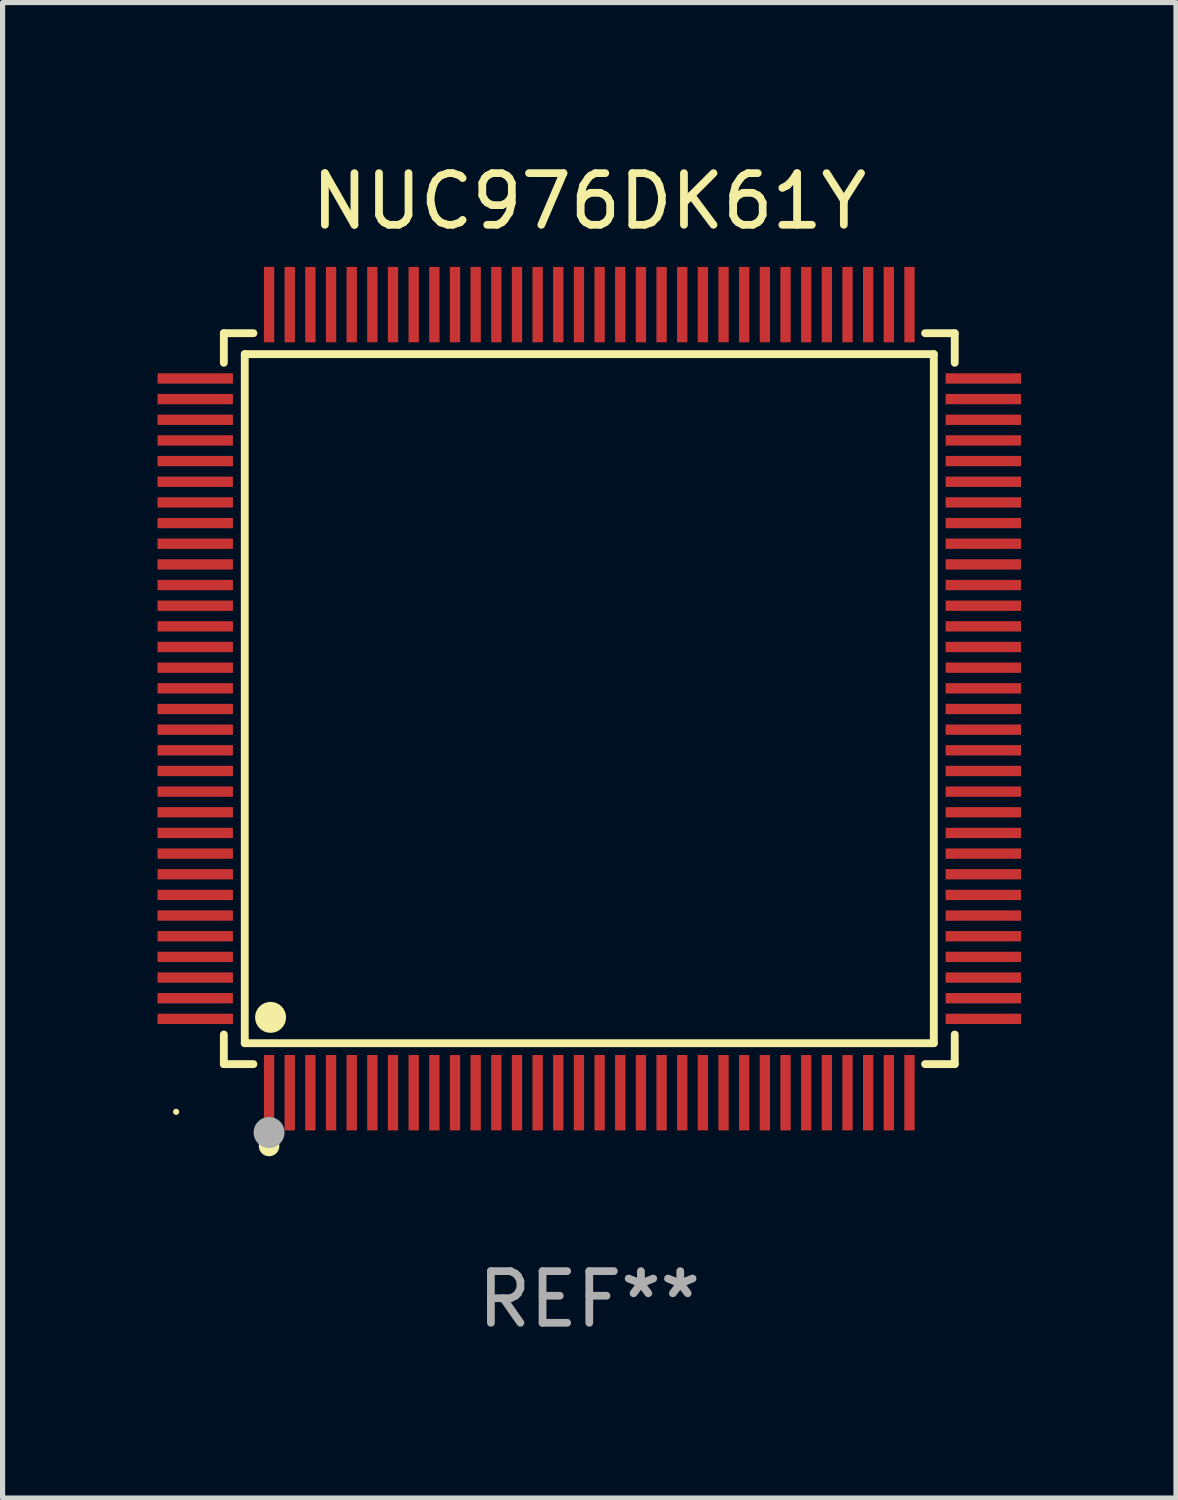
<source format=kicad_pcb>
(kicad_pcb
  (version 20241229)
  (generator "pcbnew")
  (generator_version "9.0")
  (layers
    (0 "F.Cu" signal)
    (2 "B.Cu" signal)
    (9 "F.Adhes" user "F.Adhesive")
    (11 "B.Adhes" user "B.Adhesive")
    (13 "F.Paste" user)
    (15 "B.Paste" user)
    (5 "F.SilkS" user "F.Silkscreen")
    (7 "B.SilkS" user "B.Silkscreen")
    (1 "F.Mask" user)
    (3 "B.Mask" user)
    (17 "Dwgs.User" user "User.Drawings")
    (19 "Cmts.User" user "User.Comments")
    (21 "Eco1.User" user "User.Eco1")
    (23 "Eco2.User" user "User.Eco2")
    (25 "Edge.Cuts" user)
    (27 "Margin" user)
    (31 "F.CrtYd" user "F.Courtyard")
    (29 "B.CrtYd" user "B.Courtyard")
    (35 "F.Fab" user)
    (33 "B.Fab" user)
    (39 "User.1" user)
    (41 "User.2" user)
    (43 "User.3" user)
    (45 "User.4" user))
  (footprint "NUC976DK61Y"
    (layer "F.Cu")
    (at 8.36 10.478)
    (property "Reference" "NUC976DK61Y" (at 0 -9.63 0) (layer "F.SilkS") (effects (font (size 1 1) (thickness 0.15))))
    (attr through_hole)
    (fp_line (start -7.076 -7.076) (end -6.503 -7.076) (stroke (width 0.152) (type solid)) (layer "F.SilkS"))
    (fp_line (start -7.076 -6.503) (end -7.076 -7.076) (stroke (width 0.152) (type solid)) (layer "F.SilkS"))
    (fp_line (start -7.076 6.503) (end -7.076 7.076) (stroke (width 0.152) (type solid)) (layer "F.SilkS"))
    (fp_line (start -7.076 7.076) (end -6.503 7.076) (stroke (width 0.152) (type solid)) (layer "F.SilkS"))
    (fp_line (start -6.671 -6.671) (end 6.671 -6.671) (stroke (width 0.152) (type solid)) (layer "F.SilkS"))
    (fp_line (start -6.671 6.671) (end -6.671 -6.671) (stroke (width 0.152) (type solid)) (layer "F.SilkS"))
    (fp_line (start 6.671 -6.671) (end 6.671 6.671) (stroke (width 0.152) (type solid)) (layer "F.SilkS"))
    (fp_line (start 6.671 6.671) (end -6.671 6.671) (stroke (width 0.152) (type solid)) (layer "F.SilkS"))
    (fp_line (start 7.076 -7.076) (end 6.503 -7.076) (stroke (width 0.152) (type solid)) (layer "F.SilkS"))
    (fp_line (start 7.076 -6.503) (end 7.076 -7.076) (stroke (width 0.152) (type solid)) (layer "F.SilkS"))
    (fp_line (start 7.076 6.503) (end 7.076 7.076) (stroke (width 0.152) (type solid)) (layer "F.SilkS"))
    (fp_line (start 7.076 7.076) (end 6.503 7.076) (stroke (width 0.152) (type solid)) (layer "F.SilkS"))
    (fp_circle (center -8 8) (end -7.97 8) (stroke (width 0.06) (type solid)) (fill no) (layer "F.SilkS"))
    (fp_circle (center -6.2 8.66) (end -6.1 8.66) (stroke (width 0.2) (type solid)) (fill no) (layer "F.SilkS"))
    (fp_circle (center -6.171 6.171) (end -6.021 6.171) (stroke (width 0.3) (type solid)) (fill no) (layer "F.SilkS"))
    (fp_circle (center -6.2 8.4) (end -6.05 8.4) (stroke (width 0.3) (type solid)) (fill no) (layer "F.Fab"))
    (fp_text user "REF**" (at 0 11.63 0) (layer "F.Fab") (effects (font (size 1 1) (thickness 0.15))))
    (pad "1" smd rect (at -6.2 7.63) (size 0.2 1.46) (layers "F.Cu" "F.Mask" "F.Paste"))
    (pad "2" smd rect (at -5.8 7.63) (size 0.2 1.46) (layers "F.Cu" "F.Mask" "F.Paste"))
    (pad "3" smd rect (at -5.4 7.63) (size 0.2 1.46) (layers "F.Cu" "F.Mask" "F.Paste"))
    (pad "4" smd rect (at -5 7.63) (size 0.2 1.46) (layers "F.Cu" "F.Mask" "F.Paste"))
    (pad "5" smd rect (at -4.6 7.63) (size 0.2 1.46) (layers "F.Cu" "F.Mask" "F.Paste"))
    (pad "6" smd rect (at -4.2 7.63) (size 0.2 1.46) (layers "F.Cu" "F.Mask" "F.Paste"))
    (pad "7" smd rect (at -3.8 7.63) (size 0.2 1.46) (layers "F.Cu" "F.Mask" "F.Paste"))
    (pad "8" smd rect (at -3.4 7.63) (size 0.2 1.46) (layers "F.Cu" "F.Mask" "F.Paste"))
    (pad "9" smd rect (at -3 7.63) (size 0.2 1.46) (layers "F.Cu" "F.Mask" "F.Paste"))
    (pad "10" smd rect (at -2.6 7.63) (size 0.2 1.46) (layers "F.Cu" "F.Mask" "F.Paste"))
    (pad "11" smd rect (at -2.2 7.63) (size 0.2 1.46) (layers "F.Cu" "F.Mask" "F.Paste"))
    (pad "12" smd rect (at -1.8 7.63) (size 0.2 1.46) (layers "F.Cu" "F.Mask" "F.Paste"))
    (pad "13" smd rect (at -1.4 7.63) (size 0.2 1.46) (layers "F.Cu" "F.Mask" "F.Paste"))
    (pad "14" smd rect (at -1 7.63) (size 0.2 1.46) (layers "F.Cu" "F.Mask" "F.Paste"))
    (pad "15" smd rect (at -0.6 7.63) (size 0.2 1.46) (layers "F.Cu" "F.Mask" "F.Paste"))
    (pad "16" smd rect (at -0.2 7.63) (size 0.2 1.46) (layers "F.Cu" "F.Mask" "F.Paste"))
    (pad "17" smd rect (at 0.2 7.63) (size 0.2 1.46) (layers "F.Cu" "F.Mask" "F.Paste"))
    (pad "18" smd rect (at 0.6 7.63) (size 0.2 1.46) (layers "F.Cu" "F.Mask" "F.Paste"))
    (pad "19" smd rect (at 1 7.63) (size 0.2 1.46) (layers "F.Cu" "F.Mask" "F.Paste"))
    (pad "20" smd rect (at 1.4 7.63) (size 0.2 1.46) (layers "F.Cu" "F.Mask" "F.Paste"))
    (pad "21" smd rect (at 1.8 7.63) (size 0.2 1.46) (layers "F.Cu" "F.Mask" "F.Paste"))
    (pad "22" smd rect (at 2.2 7.63) (size 0.2 1.46) (layers "F.Cu" "F.Mask" "F.Paste"))
    (pad "23" smd rect (at 2.6 7.63) (size 0.2 1.46) (layers "F.Cu" "F.Mask" "F.Paste"))
    (pad "24" smd rect (at 3 7.63) (size 0.2 1.46) (layers "F.Cu" "F.Mask" "F.Paste"))
    (pad "25" smd rect (at 3.4 7.63) (size 0.2 1.46) (layers "F.Cu" "F.Mask" "F.Paste"))
    (pad "26" smd rect (at 3.8 7.63) (size 0.2 1.46) (layers "F.Cu" "F.Mask" "F.Paste"))
    (pad "27" smd rect (at 4.2 7.63) (size 0.2 1.46) (layers "F.Cu" "F.Mask" "F.Paste"))
    (pad "28" smd rect (at 4.6 7.63) (size 0.2 1.46) (layers "F.Cu" "F.Mask" "F.Paste"))
    (pad "29" smd rect (at 5 7.63) (size 0.2 1.46) (layers "F.Cu" "F.Mask" "F.Paste"))
    (pad "30" smd rect (at 5.4 7.63) (size 0.2 1.46) (layers "F.Cu" "F.Mask" "F.Paste"))
    (pad "31" smd rect (at 5.8 7.63) (size 0.2 1.46) (layers "F.Cu" "F.Mask" "F.Paste"))
    (pad "32" smd rect (at 6.2 7.63) (size 0.2 1.46) (layers "F.Cu" "F.Mask" "F.Paste"))
    (pad "33" smd rect (at 7.63 6.2) (size 1.46 0.2) (layers "F.Cu" "F.Mask" "F.Paste"))
    (pad "34" smd rect (at 7.63 5.8) (size 1.46 0.2) (layers "F.Cu" "F.Mask" "F.Paste"))
    (pad "35" smd rect (at 7.63 5.4) (size 1.46 0.2) (layers "F.Cu" "F.Mask" "F.Paste"))
    (pad "36" smd rect (at 7.63 5) (size 1.46 0.2) (layers "F.Cu" "F.Mask" "F.Paste"))
    (pad "37" smd rect (at 7.63 4.6) (size 1.46 0.2) (layers "F.Cu" "F.Mask" "F.Paste"))
    (pad "38" smd rect (at 7.63 4.2) (size 1.46 0.2) (layers "F.Cu" "F.Mask" "F.Paste"))
    (pad "39" smd rect (at 7.63 3.8) (size 1.46 0.2) (layers "F.Cu" "F.Mask" "F.Paste"))
    (pad "40" smd rect (at 7.63 3.4) (size 1.46 0.2) (layers "F.Cu" "F.Mask" "F.Paste"))
    (pad "41" smd rect (at 7.63 3) (size 1.46 0.2) (layers "F.Cu" "F.Mask" "F.Paste"))
    (pad "42" smd rect (at 7.63 2.6) (size 1.46 0.2) (layers "F.Cu" "F.Mask" "F.Paste"))
    (pad "43" smd rect (at 7.63 2.2) (size 1.46 0.2) (layers "F.Cu" "F.Mask" "F.Paste"))
    (pad "44" smd rect (at 7.63 1.8) (size 1.46 0.2) (layers "F.Cu" "F.Mask" "F.Paste"))
    (pad "45" smd rect (at 7.63 1.4) (size 1.46 0.2) (layers "F.Cu" "F.Mask" "F.Paste"))
    (pad "46" smd rect (at 7.63 1) (size 1.46 0.2) (layers "F.Cu" "F.Mask" "F.Paste"))
    (pad "47" smd rect (at 7.63 0.6) (size 1.46 0.2) (layers "F.Cu" "F.Mask" "F.Paste"))
    (pad "48" smd rect (at 7.63 0.2) (size 1.46 0.2) (layers "F.Cu" "F.Mask" "F.Paste"))
    (pad "49" smd rect (at 7.63 -0.2) (size 1.46 0.2) (layers "F.Cu" "F.Mask" "F.Paste"))
    (pad "50" smd rect (at 7.63 -0.6) (size 1.46 0.2) (layers "F.Cu" "F.Mask" "F.Paste"))
    (pad "51" smd rect (at 7.63 -1) (size 1.46 0.2) (layers "F.Cu" "F.Mask" "F.Paste"))
    (pad "52" smd rect (at 7.63 -1.4) (size 1.46 0.2) (layers "F.Cu" "F.Mask" "F.Paste"))
    (pad "53" smd rect (at 7.63 -1.8) (size 1.46 0.2) (layers "F.Cu" "F.Mask" "F.Paste"))
    (pad "54" smd rect (at 7.63 -2.2) (size 1.46 0.2) (layers "F.Cu" "F.Mask" "F.Paste"))
    (pad "55" smd rect (at 7.63 -2.6) (size 1.46 0.2) (layers "F.Cu" "F.Mask" "F.Paste"))
    (pad "56" smd rect (at 7.63 -3) (size 1.46 0.2) (layers "F.Cu" "F.Mask" "F.Paste"))
    (pad "57" smd rect (at 7.63 -3.4) (size 1.46 0.2) (layers "F.Cu" "F.Mask" "F.Paste"))
    (pad "58" smd rect (at 7.63 -3.8) (size 1.46 0.2) (layers "F.Cu" "F.Mask" "F.Paste"))
    (pad "59" smd rect (at 7.63 -4.2) (size 1.46 0.2) (layers "F.Cu" "F.Mask" "F.Paste"))
    (pad "60" smd rect (at 7.63 -4.6) (size 1.46 0.2) (layers "F.Cu" "F.Mask" "F.Paste"))
    (pad "61" smd rect (at 7.63 -5) (size 1.46 0.2) (layers "F.Cu" "F.Mask" "F.Paste"))
    (pad "62" smd rect (at 7.63 -5.4) (size 1.46 0.2) (layers "F.Cu" "F.Mask" "F.Paste"))
    (pad "63" smd rect (at 7.63 -5.8) (size 1.46 0.2) (layers "F.Cu" "F.Mask" "F.Paste"))
    (pad "64" smd rect (at 7.63 -6.2) (size 1.46 0.2) (layers "F.Cu" "F.Mask" "F.Paste"))
    (pad "65" smd rect (at 6.2 -7.63) (size 0.2 1.46) (layers "F.Cu" "F.Mask" "F.Paste"))
    (pad "66" smd rect (at 5.8 -7.63) (size 0.2 1.46) (layers "F.Cu" "F.Mask" "F.Paste"))
    (pad "67" smd rect (at 5.4 -7.63) (size 0.2 1.46) (layers "F.Cu" "F.Mask" "F.Paste"))
    (pad "68" smd rect (at 5 -7.63) (size 0.2 1.46) (layers "F.Cu" "F.Mask" "F.Paste"))
    (pad "69" smd rect (at 4.6 -7.63) (size 0.2 1.46) (layers "F.Cu" "F.Mask" "F.Paste"))
    (pad "70" smd rect (at 4.2 -7.63) (size 0.2 1.46) (layers "F.Cu" "F.Mask" "F.Paste"))
    (pad "71" smd rect (at 3.8 -7.63) (size 0.2 1.46) (layers "F.Cu" "F.Mask" "F.Paste"))
    (pad "72" smd rect (at 3.4 -7.63) (size 0.2 1.46) (layers "F.Cu" "F.Mask" "F.Paste"))
    (pad "73" smd rect (at 3 -7.63) (size 0.2 1.46) (layers "F.Cu" "F.Mask" "F.Paste"))
    (pad "74" smd rect (at 2.6 -7.63) (size 0.2 1.46) (layers "F.Cu" "F.Mask" "F.Paste"))
    (pad "75" smd rect (at 2.2 -7.63) (size 0.2 1.46) (layers "F.Cu" "F.Mask" "F.Paste"))
    (pad "76" smd rect (at 1.8 -7.63) (size 0.2 1.46) (layers "F.Cu" "F.Mask" "F.Paste"))
    (pad "77" smd rect (at 1.4 -7.63) (size 0.2 1.46) (layers "F.Cu" "F.Mask" "F.Paste"))
    (pad "78" smd rect (at 1 -7.63) (size 0.2 1.46) (layers "F.Cu" "F.Mask" "F.Paste"))
    (pad "79" smd rect (at 0.6 -7.63) (size 0.2 1.46) (layers "F.Cu" "F.Mask" "F.Paste"))
    (pad "80" smd rect (at 0.2 -7.63) (size 0.2 1.46) (layers "F.Cu" "F.Mask" "F.Paste"))
    (pad "81" smd rect (at -0.2 -7.63) (size 0.2 1.46) (layers "F.Cu" "F.Mask" "F.Paste"))
    (pad "82" smd rect (at -0.6 -7.63) (size 0.2 1.46) (layers "F.Cu" "F.Mask" "F.Paste"))
    (pad "83" smd rect (at -1 -7.63) (size 0.2 1.46) (layers "F.Cu" "F.Mask" "F.Paste"))
    (pad "84" smd rect (at -1.4 -7.63) (size 0.2 1.46) (layers "F.Cu" "F.Mask" "F.Paste"))
    (pad "85" smd rect (at -1.8 -7.63) (size 0.2 1.46) (layers "F.Cu" "F.Mask" "F.Paste"))
    (pad "86" smd rect (at -2.2 -7.63) (size 0.2 1.46) (layers "F.Cu" "F.Mask" "F.Paste"))
    (pad "87" smd rect (at -2.6 -7.63) (size 0.2 1.46) (layers "F.Cu" "F.Mask" "F.Paste"))
    (pad "88" smd rect (at -3 -7.63) (size 0.2 1.46) (layers "F.Cu" "F.Mask" "F.Paste"))
    (pad "89" smd rect (at -3.4 -7.63) (size 0.2 1.46) (layers "F.Cu" "F.Mask" "F.Paste"))
    (pad "90" smd rect (at -3.8 -7.63) (size 0.2 1.46) (layers "F.Cu" "F.Mask" "F.Paste"))
    (pad "91" smd rect (at -4.2 -7.63) (size 0.2 1.46) (layers "F.Cu" "F.Mask" "F.Paste"))
    (pad "92" smd rect (at -4.6 -7.63) (size 0.2 1.46) (layers "F.Cu" "F.Mask" "F.Paste"))
    (pad "93" smd rect (at -5 -7.63) (size 0.2 1.46) (layers "F.Cu" "F.Mask" "F.Paste"))
    (pad "94" smd rect (at -5.4 -7.63) (size 0.2 1.46) (layers "F.Cu" "F.Mask" "F.Paste"))
    (pad "95" smd rect (at -5.8 -7.63) (size 0.2 1.46) (layers "F.Cu" "F.Mask" "F.Paste"))
    (pad "96" smd rect (at -6.2 -7.63) (size 0.2 1.46) (layers "F.Cu" "F.Mask" "F.Paste"))
    (pad "97" smd rect (at -7.63 -6.2) (size 1.46 0.2) (layers "F.Cu" "F.Mask" "F.Paste"))
    (pad "98" smd rect (at -7.63 -5.8) (size 1.46 0.2) (layers "F.Cu" "F.Mask" "F.Paste"))
    (pad "99" smd rect (at -7.63 -5.4) (size 1.46 0.2) (layers "F.Cu" "F.Mask" "F.Paste"))
    (pad "100" smd rect (at -7.63 -5) (size 1.46 0.2) (layers "F.Cu" "F.Mask" "F.Paste"))
    (pad "101" smd rect (at -7.63 -4.6) (size 1.46 0.2) (layers "F.Cu" "F.Mask" "F.Paste"))
    (pad "102" smd rect (at -7.63 -4.2) (size 1.46 0.2) (layers "F.Cu" "F.Mask" "F.Paste"))
    (pad "103" smd rect (at -7.63 -3.8) (size 1.46 0.2) (layers "F.Cu" "F.Mask" "F.Paste"))
    (pad "104" smd rect (at -7.63 -3.4) (size 1.46 0.2) (layers "F.Cu" "F.Mask" "F.Paste"))
    (pad "105" smd rect (at -7.63 -3) (size 1.46 0.2) (layers "F.Cu" "F.Mask" "F.Paste"))
    (pad "106" smd rect (at -7.63 -2.6) (size 1.46 0.2) (layers "F.Cu" "F.Mask" "F.Paste"))
    (pad "107" smd rect (at -7.63 -2.2) (size 1.46 0.2) (layers "F.Cu" "F.Mask" "F.Paste"))
    (pad "108" smd rect (at -7.63 -1.8) (size 1.46 0.2) (layers "F.Cu" "F.Mask" "F.Paste"))
    (pad "109" smd rect (at -7.63 -1.4) (size 1.46 0.2) (layers "F.Cu" "F.Mask" "F.Paste"))
    (pad "110" smd rect (at -7.63 -1) (size 1.46 0.2) (layers "F.Cu" "F.Mask" "F.Paste"))
    (pad "111" smd rect (at -7.63 -0.6) (size 1.46 0.2) (layers "F.Cu" "F.Mask" "F.Paste"))
    (pad "112" smd rect (at -7.63 -0.2) (size 1.46 0.2) (layers "F.Cu" "F.Mask" "F.Paste"))
    (pad "113" smd rect (at -7.63 0.2) (size 1.46 0.2) (layers "F.Cu" "F.Mask" "F.Paste"))
    (pad "114" smd rect (at -7.63 0.6) (size 1.46 0.2) (layers "F.Cu" "F.Mask" "F.Paste"))
    (pad "115" smd rect (at -7.63 1) (size 1.46 0.2) (layers "F.Cu" "F.Mask" "F.Paste"))
    (pad "116" smd rect (at -7.63 1.4) (size 1.46 0.2) (layers "F.Cu" "F.Mask" "F.Paste"))
    (pad "117" smd rect (at -7.63 1.8) (size 1.46 0.2) (layers "F.Cu" "F.Mask" "F.Paste"))
    (pad "118" smd rect (at -7.63 2.2) (size 1.46 0.2) (layers "F.Cu" "F.Mask" "F.Paste"))
    (pad "119" smd rect (at -7.63 2.6) (size 1.46 0.2) (layers "F.Cu" "F.Mask" "F.Paste"))
    (pad "120" smd rect (at -7.63 3) (size 1.46 0.2) (layers "F.Cu" "F.Mask" "F.Paste"))
    (pad "121" smd rect (at -7.63 3.4) (size 1.46 0.2) (layers "F.Cu" "F.Mask" "F.Paste"))
    (pad "122" smd rect (at -7.63 3.8) (size 1.46 0.2) (layers "F.Cu" "F.Mask" "F.Paste"))
    (pad "123" smd rect (at -7.63 4.2) (size 1.46 0.2) (layers "F.Cu" "F.Mask" "F.Paste"))
    (pad "124" smd rect (at -7.63 4.6) (size 1.46 0.2) (layers "F.Cu" "F.Mask" "F.Paste"))
    (pad "125" smd rect (at -7.63 5) (size 1.46 0.2) (layers "F.Cu" "F.Mask" "F.Paste"))
    (pad "126" smd rect (at -7.63 5.4) (size 1.46 0.2) (layers "F.Cu" "F.Mask" "F.Paste"))
    (pad "127" smd rect (at -7.63 5.8) (size 1.46 0.2) (layers "F.Cu" "F.Mask" "F.Paste"))
    (pad "128" smd rect (at -7.63 6.2) (size 1.46 0.2) (layers "F.Cu" "F.Mask" "F.Paste")))
  (gr_rect
    (start -3 -3)
    (end 19.72 25.956)
    (stroke (width 0.1) (type default))
    (fill no)
    (layer "Edge.Cuts")))
</source>
